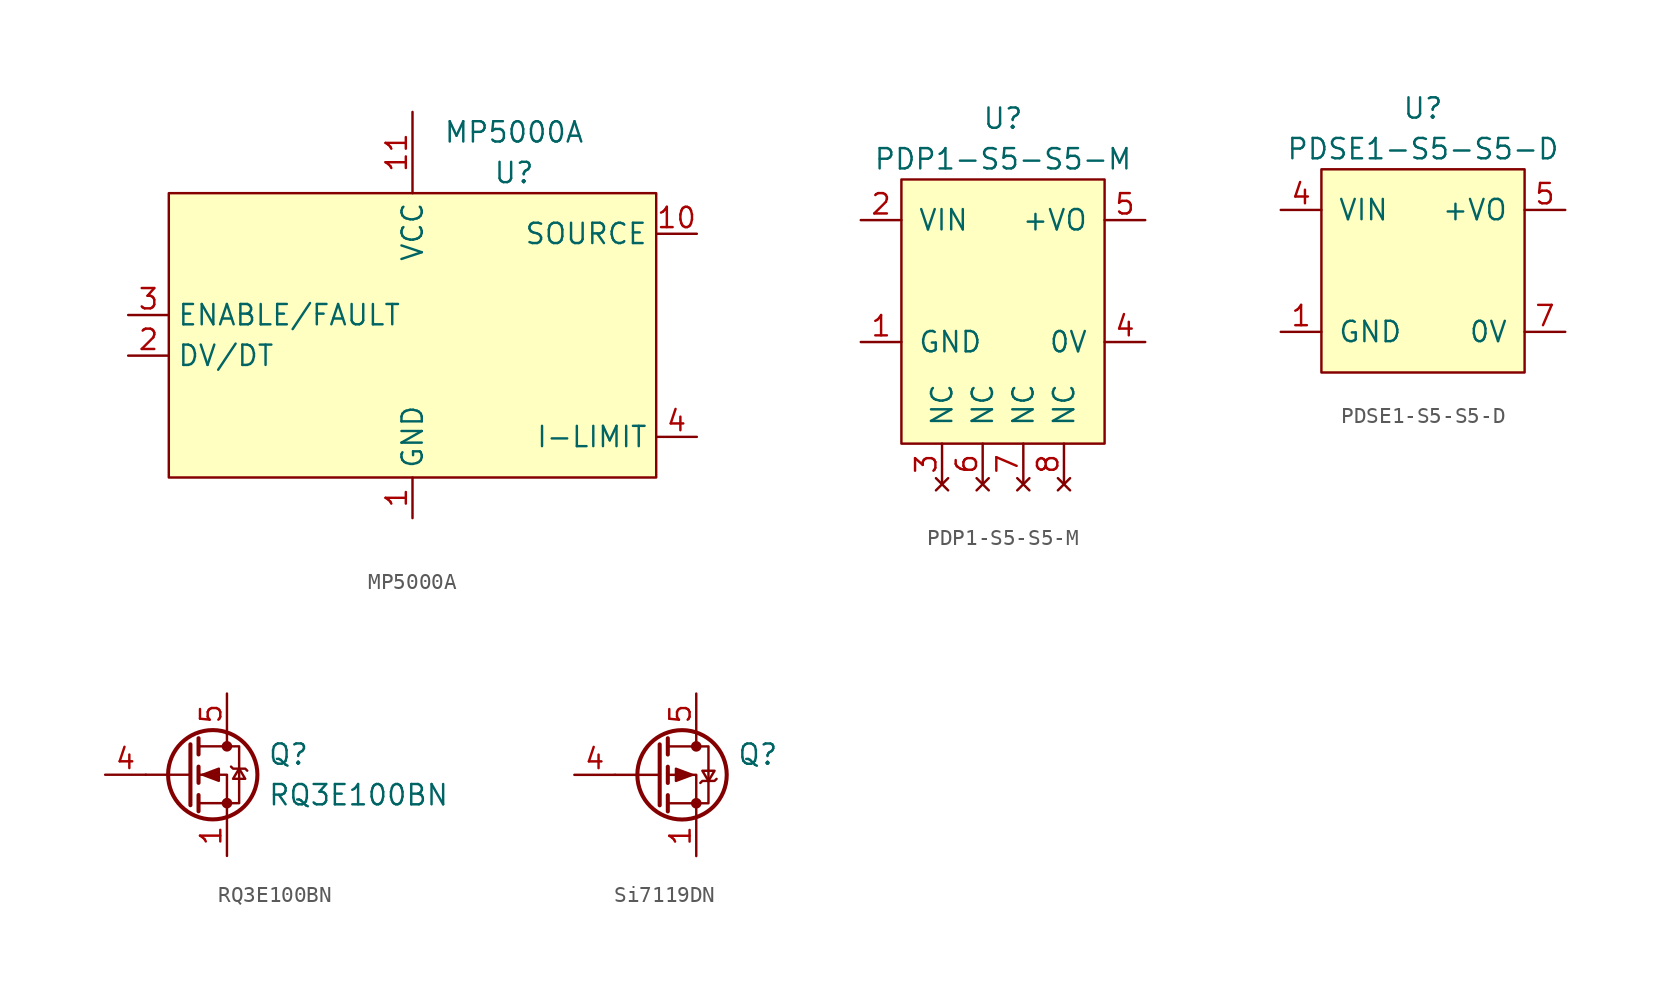
<source format=kicad_sym>
(kicad_symbol_lib
  (version 20220914)
  (generator kicad_symbol_editor)
  (symbol "MP5000A"
    (property "Reference" "U"
      (at 6.35 10.16 0)
      (effects (font (size 1.27 1.27))))
    (property "Value" "MP5000A"
      (at 6.35 12.7 0)
      (effects (font (size 1.27 1.27))))
    (symbol "MP5000A_0_0"
      (pin power_in line (at 0 -11.43 90) (length 2.54) (name "GND" (effects (font (size 1.27 1.27)))) (number "1" (effects (font (size 1.27 1.27)))))
      (pin power_out line (at 17.78 6.35 180) (length 2.54) (name "SOURCE" (effects (font (size 1.27 1.27)))) (number "10" (effects (font (size 1.27 1.27)))))
      (pin power_in line (at 0 13.97 270) (length 5.08) (name "VCC" (effects (font (size 1.27 1.27)))) (number "11" (effects (font (size 1.27 1.27)))))
      (pin output line (at -17.78 -1.27 0) (length 2.54) (name "DV/DT" (effects (font (size 1.27 1.27)))) (number "2" (effects (font (size 1.27 1.27)))))
      (pin bidirectional line (at -17.78 1.27 0) (length 2.54) (name "ENABLE/FAULT" (effects (font (size 1.27 1.27)))) (number "3" (effects (font (size 1.27 1.27)))))
      (pin input line (at 17.78 -6.35 180) (length 2.54) (name "I-LIMIT" (effects (font (size 1.27 1.27)))) (number "4" (effects (font (size 1.27 1.27)))))
      (pin no_connect line (at -17.78 -3.81 0) (length 2.54) hide (name "NC" (effects (font (size 1.27 1.27)))) (number "5" (effects (font (size 1.27 1.27)))))
      (pin passive line (at 17.78 6.35 180) (length 2.54) hide (name "SOURCE" (effects (font (size 1.27 1.27)))) (number "6" (effects (font (size 1.27 1.27)))))
      (pin passive line (at 17.78 6.35 180) (length 2.54) hide (name "SOURCE" (effects (font (size 1.27 1.27)))) (number "7" (effects (font (size 1.27 1.27)))))
      (pin passive line (at 17.78 6.35 180) (length 2.54) hide (name "SOURCE" (effects (font (size 1.27 1.27)))) (number "8" (effects (font (size 1.27 1.27)))))
      (pin passive line (at 17.78 6.35 180) (length 2.54) hide (name "SOURCE" (effects (font (size 1.27 1.27)))) (number "9" (effects (font (size 1.27 1.27))))))
    (symbol "MP5000A_0_1"
      (rectangle (start -15.24 8.89) (end 15.24 -8.89) (stroke (width 0.152) (type default)) (fill (type background)))))
  (symbol "PDP1-S5-S5-M"
    (pin_names
      (offset 1.016))
    (property "Reference" "U"
      (at 0 11.43 0)
      (effects (font (size 1.27 1.27))))
    (property "Value" "PDP1-S5-S5-M"
      (at 0 8.89 0)
      (effects (font (size 1.27 1.27))))
    (symbol "PDP1-S5-S5-M_0_0"
      (pin power_in line (at -8.89 -2.54 0) (length 2.54) (name "GND" (effects (font (size 1.27 1.27)))) (number "1" (effects (font (size 1.27 1.27)))))
      (pin passive line (at -8.89 5.08 0) (length 2.54) (name "VIN" (effects (font (size 1.27 1.27)))) (number "2" (effects (font (size 1.27 1.27)))))
      (pin no_connect line (at -3.81 -11.43 90) (length 2.54) (name "NC" (effects (font (size 1.27 1.27)))) (number "3" (effects (font (size 1.27 1.27)))))
      (pin power_out line (at 8.89 -2.54 180) (length 2.54) (name "0V" (effects (font (size 1.27 1.27)))) (number "4" (effects (font (size 1.27 1.27)))))
      (pin power_out line (at 8.89 5.08 180) (length 2.54) (name "+VO" (effects (font (size 1.27 1.27)))) (number "5" (effects (font (size 1.27 1.27)))))
      (pin no_connect line (at -1.27 -11.43 90) (length 2.54) (name "NC" (effects (font (size 1.27 1.27)))) (number "6" (effects (font (size 1.27 1.27)))))
      (pin no_connect line (at 1.27 -11.43 90) (length 2.54) (name "NC" (effects (font (size 1.27 1.27)))) (number "7" (effects (font (size 1.27 1.27)))))
      (pin no_connect line (at 3.81 -11.43 90) (length 2.54) (name "NC" (effects (font (size 1.27 1.27)))) (number "8" (effects (font (size 1.27 1.27))))))
    (symbol "PDP1-S5-S5-M_0_1"
      (rectangle (start 6.35 -8.89) (end -6.35 7.62) (stroke (width 0) (type default)) (fill (type background)))))
  (symbol "PDSE1-S5-S5-D"
    (pin_names
      (offset 1.016))
    (property "Reference" "U"
      (at 0 11.43 0)
      (effects (font (size 1.27 1.27))))
    (property "Value" "PDSE1-S5-S5-D"
      (at 0 8.89 0)
      (effects (font (size 1.27 1.27))))
    (symbol "PDSE1-S5-S5-D_0_0"
      (pin power_in line (at -8.89 -2.54 0) (length 2.54) (name "GND" (effects (font (size 1.27 1.27)))) (number "1" (effects (font (size 1.27 1.27)))))
      (pin passive line (at -8.89 5.08 0) (length 2.54) (name "VIN" (effects (font (size 1.27 1.27)))) (number "4" (effects (font (size 1.27 1.27)))))
      (pin passive line (at 8.89 5.08 180) (length 2.54) (name "+VO" (effects (font (size 1.27 1.27)))) (number "5" (effects (font (size 1.27 1.27)))))
      (pin passive line (at 8.89 -2.54 180) (length 2.54) (name "0V" (effects (font (size 1.27 1.27)))) (number "7" (effects (font (size 1.27 1.27))))))
    (symbol "PDSE1-S5-S5-D_0_1"
      (rectangle (start -6.35 7.62) (end 6.35 -5.08) (stroke (width 0) (type default)) (fill (type background)))))
  (symbol "RQ3E100BN"
    (pin_names
      (offset 0) hide)
    (property "Reference" "Q"
      (at 5.08 1.27 0)
      (effects (font (size 1.27 1.27)) (justify left)))
    (property "Value" "RQ3E100BN"
      (at 5.08 -1.27 0)
      (effects (font (size 1.27 1.27)) (justify left)))
    (symbol "RQ3E100BN_0_0"
      (pin input line (at -5.08 0 0) (length 2.54) (name "G" (effects (font (size 1.27 1.27)))) (number "4" (effects (font (size 1.27 1.27)))))
      (pin passive line (at 2.54 5.08 270) (length 2.54) (name "D" (effects (font (size 1.27 1.27)))) (number "5" (effects (font (size 1.27 1.27))))))
    (symbol "RQ3E100BN_0_1"
      (polyline (pts (xy 0.254 0) (xy -2.54 0)) (stroke (width 0) (type default)) (fill (type none)))
      (polyline (pts (xy 0.254 1.905) (xy 0.254 -1.905)) (stroke (width 0.254) (type default)) (fill (type none)))
      (polyline (pts (xy 0.762 -1.27) (xy 0.762 -2.286)) (stroke (width 0.254) (type default)) (fill (type none)))
      (polyline (pts (xy 0.762 0.508) (xy 0.762 -0.508)) (stroke (width 0.254) (type default)) (fill (type none)))
      (polyline (pts (xy 0.762 2.286) (xy 0.762 1.27)) (stroke (width 0.254) (type default)) (fill (type none)))
      (polyline (pts (xy 2.54 2.54) (xy 2.54 1.778)) (stroke (width 0) (type default)) (fill (type none)))
      (polyline (pts (xy 2.54 -2.54) (xy 2.54 0) (xy 0.762 0)) (stroke (width 0) (type default)) (fill (type none)))
      (polyline (pts (xy 0.762 -1.778) (xy 3.302 -1.778) (xy 3.302 1.778) (xy 0.762 1.778)) (stroke (width 0) (type default)) (fill (type none)))
      (polyline (pts (xy 1.016 0) (xy 2.032 0.381) (xy 2.032 -0.381) (xy 1.016 0)) (stroke (width 0) (type default)) (fill (type outline)))
      (polyline (pts (xy 2.794 0.508) (xy 2.921 0.381) (xy 3.683 0.381) (xy 3.81 0.254)) (stroke (width 0) (type default)) (fill (type none)))
      (polyline (pts (xy 3.302 0.381) (xy 2.921 -0.254) (xy 3.683 -0.254) (xy 3.302 0.381)) (stroke (width 0) (type default)) (fill (type none)))
      (circle (center 1.651 0) (radius 2.794) (stroke (width 0.254) (type default)) (fill (type none)))
      (circle (center 2.54 -1.778) (radius 0.254) (stroke (width 0) (type default)) (fill (type outline)))
      (circle (center 2.54 1.778) (radius 0.254) (stroke (width 0) (type default)) (fill (type outline))))
    (symbol "RQ3E100BN_1_1"
      (pin passive line (at 2.54 -5.08 90) (length 2.54) (name "S" (effects (font (size 1.27 1.27)))) (number "1" (effects (font (size 1.27 1.27)))))
      (pin passive line (at 2.54 -5.08 90) (length 2.54) hide (name "S" (effects (font (size 1.27 1.27)))) (number "2" (effects (font (size 1.27 1.27)))))
      (pin passive line (at 2.54 -5.08 90) (length 2.54) hide (name "S" (effects (font (size 1.27 1.27)))) (number "3" (effects (font (size 1.27 1.27)))))))
  (symbol "Si7119DN"
    (pin_names
      (offset 0) hide)
    (property "Reference" "Q"
      (at 5.08 1.27 0)
      (effects (font (size 1.27 1.27)) (justify left)))
    (symbol "Si7119DN_0_0"
      (pin input line (at -5.08 0 0) (length 2.54) (name "G" (effects (font (size 1.27 1.27)))) (number "4" (effects (font (size 1.27 1.27)))))
      (pin passive line (at 2.54 5.08 270) (length 2.54) (name "D" (effects (font (size 1.27 1.27)))) (number "5" (effects (font (size 1.27 1.27))))))
    (symbol "Si7119DN_0_1"
      (polyline (pts (xy 0.254 0) (xy -2.54 0)) (stroke (width 0) (type default)) (fill (type none)))
      (polyline (pts (xy 0.254 1.905) (xy 0.254 -1.905)) (stroke (width 0.254) (type default)) (fill (type none)))
      (polyline (pts (xy 0.762 -1.27) (xy 0.762 -2.286)) (stroke (width 0.254) (type default)) (fill (type none)))
      (polyline (pts (xy 0.762 0.508) (xy 0.762 -0.508)) (stroke (width 0.254) (type default)) (fill (type none)))
      (polyline (pts (xy 0.762 2.286) (xy 0.762 1.27)) (stroke (width 0.254) (type default)) (fill (type none)))
      (polyline (pts (xy 2.54 2.54) (xy 2.54 1.778)) (stroke (width 0) (type default)) (fill (type none)))
      (polyline (pts (xy 2.54 -2.54) (xy 2.54 0) (xy 0.762 0)) (stroke (width 0) (type default)) (fill (type none)))
      (polyline (pts (xy 0.762 1.778) (xy 3.302 1.778) (xy 3.302 -1.778) (xy 0.762 -1.778)) (stroke (width 0) (type default)) (fill (type none)))
      (polyline (pts (xy 2.286 0) (xy 1.27 0.381) (xy 1.27 -0.381) (xy 2.286 0)) (stroke (width 0) (type default)) (fill (type outline)))
      (polyline (pts (xy 2.794 -0.508) (xy 2.921 -0.381) (xy 3.683 -0.381) (xy 3.81 -0.254)) (stroke (width 0) (type default)) (fill (type none)))
      (polyline (pts (xy 3.302 -0.381) (xy 2.921 0.254) (xy 3.683 0.254) (xy 3.302 -0.381)) (stroke (width 0) (type default)) (fill (type none)))
      (circle (center 1.651 0) (radius 2.794) (stroke (width 0.254) (type default)) (fill (type none)))
      (circle (center 2.54 -1.778) (radius 0.254) (stroke (width 0) (type default)) (fill (type outline)))
      (circle (center 2.54 1.778) (radius 0.254) (stroke (width 0) (type default)) (fill (type outline))))
    (symbol "Si7119DN_1_1"
      (pin passive line (at 2.54 -5.08 90) (length 2.54) (name "S" (effects (font (size 1.27 1.27)))) (number "1" (effects (font (size 1.27 1.27)))))
      (pin passive line (at 2.54 -5.08 90) (length 2.54) hide (name "S" (effects (font (size 1.27 1.27)))) (number "2" (effects (font (size 1.27 1.27)))))
      (pin passive line (at 2.54 -5.08 90) (length 2.54) hide (name "S" (effects (font (size 1.27 1.27)))) (number "3" (effects (font (size 1.27 1.27))))))))
</source>
